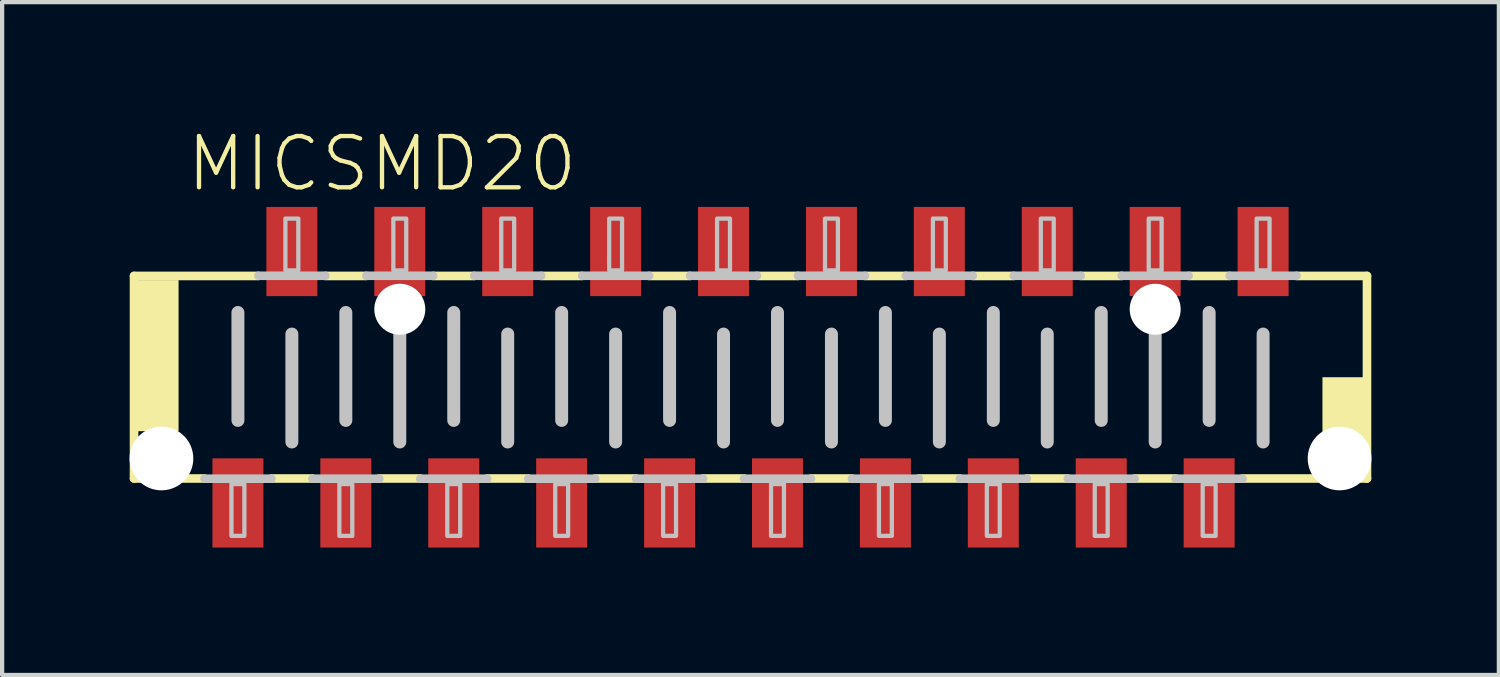
<source format=kicad_pcb>
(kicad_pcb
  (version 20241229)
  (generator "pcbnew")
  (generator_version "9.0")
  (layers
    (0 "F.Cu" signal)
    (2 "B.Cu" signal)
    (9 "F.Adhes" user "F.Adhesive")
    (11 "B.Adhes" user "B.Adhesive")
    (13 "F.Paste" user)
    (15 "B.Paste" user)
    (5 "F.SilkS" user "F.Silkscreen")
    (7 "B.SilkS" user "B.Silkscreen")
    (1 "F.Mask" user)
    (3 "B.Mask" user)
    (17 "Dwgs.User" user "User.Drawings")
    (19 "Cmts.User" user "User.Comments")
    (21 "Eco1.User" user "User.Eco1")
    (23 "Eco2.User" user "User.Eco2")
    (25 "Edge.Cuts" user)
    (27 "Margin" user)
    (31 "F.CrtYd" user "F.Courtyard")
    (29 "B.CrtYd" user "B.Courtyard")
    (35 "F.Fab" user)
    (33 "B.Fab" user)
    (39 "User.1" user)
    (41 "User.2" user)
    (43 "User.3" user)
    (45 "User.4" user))
  (footprint "MICSMD20"
    (layer "F.Cu")
    (at 14.615 5.829)
    (property "Reference" "MICSMD20" (at -13.335 -4.318 0) (layer "F.SilkS") (effects (font (size 1.206 1.206) (thickness 0.102)) (justify left bottom)))
    (attr through_hole)
    (fp_line (start -14.51 -2.384) (end -11.582 -2.384) (stroke (width 0.203) (type solid)) (layer "F.SilkS"))
    (fp_line (start -14.51 2.384) (end -14.51 -2.384) (stroke (width 0.203) (type solid)) (layer "F.SilkS"))
    (fp_line (start -12.852 2.384) (end -14.51 2.384) (stroke (width 0.203) (type solid)) (layer "F.SilkS"))
    (fp_line (start -10.312 2.384) (end -11.278 2.384) (stroke (width 0.203) (type solid)) (layer "F.SilkS"))
    (fp_line (start -10.008 -2.384) (end -9.042 -2.384) (stroke (width 0.203) (type solid)) (layer "F.SilkS"))
    (fp_line (start -7.772 2.384) (end -8.738 2.384) (stroke (width 0.203) (type solid)) (layer "F.SilkS"))
    (fp_line (start -7.468 -2.384) (end -6.502 -2.384) (stroke (width 0.203) (type solid)) (layer "F.SilkS"))
    (fp_line (start -5.232 2.384) (end -6.198 2.384) (stroke (width 0.203) (type solid)) (layer "F.SilkS"))
    (fp_line (start -4.928 -2.384) (end -3.962 -2.384) (stroke (width 0.203) (type solid)) (layer "F.SilkS"))
    (fp_line (start -2.692 2.384) (end -3.658 2.384) (stroke (width 0.203) (type solid)) (layer "F.SilkS"))
    (fp_line (start -2.388 -2.384) (end -1.422 -2.384) (stroke (width 0.203) (type solid)) (layer "F.SilkS"))
    (fp_line (start -0.152 2.384) (end -1.118 2.384) (stroke (width 0.203) (type solid)) (layer "F.SilkS"))
    (fp_line (start 0.152 -2.384) (end 1.118 -2.384) (stroke (width 0.203) (type solid)) (layer "F.SilkS"))
    (fp_line (start 2.388 2.384) (end 1.422 2.384) (stroke (width 0.203) (type solid)) (layer "F.SilkS"))
    (fp_line (start 2.692 -2.384) (end 3.658 -2.384) (stroke (width 0.203) (type solid)) (layer "F.SilkS"))
    (fp_line (start 4.928 2.384) (end 3.962 2.384) (stroke (width 0.203) (type solid)) (layer "F.SilkS"))
    (fp_line (start 5.232 -2.384) (end 6.198 -2.384) (stroke (width 0.203) (type solid)) (layer "F.SilkS"))
    (fp_line (start 7.468 2.384) (end 6.502 2.384) (stroke (width 0.203) (type solid)) (layer "F.SilkS"))
    (fp_line (start 7.772 -2.384) (end 8.738 -2.384) (stroke (width 0.203) (type solid)) (layer "F.SilkS"))
    (fp_line (start 10.008 2.384) (end 9.042 2.384) (stroke (width 0.203) (type solid)) (layer "F.SilkS"))
    (fp_line (start 10.312 -2.384) (end 11.278 -2.384) (stroke (width 0.203) (type solid)) (layer "F.SilkS"))
    (fp_line (start 12.852 -2.384) (end 14.51 -2.384) (stroke (width 0.203) (type solid)) (layer "F.SilkS"))
    (fp_line (start 14.51 -2.384) (end 14.51 2.384) (stroke (width 0.203) (type solid)) (layer "F.SilkS"))
    (fp_line (start 14.51 2.384) (end 11.582 2.384) (stroke (width 0.203) (type solid)) (layer "F.SilkS"))
    (fp_poly (pts (xy -14.478 1.27) (xy -13.462 1.27) (xy -13.462 -2.286) (xy -14.478 -2.286)) (stroke (width 0) (type solid)) (fill yes) (layer "F.SilkS"))
    (fp_poly (pts (xy 13.462 2.286) (xy 14.478 2.286) (xy 14.478 0) (xy 13.462 0)) (stroke (width 0) (type solid)) (fill yes) (layer "F.SilkS"))
    (fp_line (start -12.065 -1.524) (end -12.065 1.016) (stroke (width 0.305) (type solid)) (layer "Dwgs.User"))
    (fp_line (start -11.582 -2.388) (end -10.008 -2.388) (stroke (width 0.203) (type solid)) (layer "Dwgs.User"))
    (fp_line (start -11.278 2.388) (end -12.852 2.388) (stroke (width 0.203) (type solid)) (layer "Dwgs.User"))
    (fp_line (start -10.795 -1.016) (end -10.795 1.524) (stroke (width 0.305) (type solid)) (layer "Dwgs.User"))
    (fp_line (start -9.525 -1.524) (end -9.525 1.016) (stroke (width 0.305) (type solid)) (layer "Dwgs.User"))
    (fp_line (start -9.042 -2.388) (end -7.468 -2.388) (stroke (width 0.203) (type solid)) (layer "Dwgs.User"))
    (fp_line (start -8.738 2.388) (end -10.312 2.388) (stroke (width 0.203) (type solid)) (layer "Dwgs.User"))
    (fp_line (start -8.255 -1.016) (end -8.255 1.524) (stroke (width 0.305) (type solid)) (layer "Dwgs.User"))
    (fp_line (start -6.985 -1.524) (end -6.985 1.016) (stroke (width 0.305) (type solid)) (layer "Dwgs.User"))
    (fp_line (start -6.502 -2.388) (end -4.928 -2.388) (stroke (width 0.203) (type solid)) (layer "Dwgs.User"))
    (fp_line (start -6.198 2.388) (end -7.772 2.388) (stroke (width 0.203) (type solid)) (layer "Dwgs.User"))
    (fp_line (start -5.715 -1.016) (end -5.715 1.524) (stroke (width 0.305) (type solid)) (layer "Dwgs.User"))
    (fp_line (start -4.445 -1.524) (end -4.445 1.016) (stroke (width 0.305) (type solid)) (layer "Dwgs.User"))
    (fp_line (start -3.962 -2.388) (end -2.388 -2.388) (stroke (width 0.203) (type solid)) (layer "Dwgs.User"))
    (fp_line (start -3.658 2.388) (end -5.232 2.388) (stroke (width 0.203) (type solid)) (layer "Dwgs.User"))
    (fp_line (start -3.175 -1.016) (end -3.175 1.524) (stroke (width 0.305) (type solid)) (layer "Dwgs.User"))
    (fp_line (start -1.905 -1.524) (end -1.905 1.016) (stroke (width 0.305) (type solid)) (layer "Dwgs.User"))
    (fp_line (start -1.422 -2.388) (end 0.152 -2.388) (stroke (width 0.203) (type solid)) (layer "Dwgs.User"))
    (fp_line (start -1.118 2.388) (end -2.692 2.388) (stroke (width 0.203) (type solid)) (layer "Dwgs.User"))
    (fp_line (start -0.635 -1.016) (end -0.635 1.524) (stroke (width 0.305) (type solid)) (layer "Dwgs.User"))
    (fp_line (start 0.635 -1.524) (end 0.635 1.016) (stroke (width 0.305) (type solid)) (layer "Dwgs.User"))
    (fp_line (start 1.118 -2.388) (end 2.692 -2.388) (stroke (width 0.203) (type solid)) (layer "Dwgs.User"))
    (fp_line (start 1.422 2.388) (end -0.152 2.388) (stroke (width 0.203) (type solid)) (layer "Dwgs.User"))
    (fp_line (start 1.905 -1.016) (end 1.905 1.524) (stroke (width 0.305) (type solid)) (layer "Dwgs.User"))
    (fp_line (start 3.175 -1.524) (end 3.175 1.016) (stroke (width 0.305) (type solid)) (layer "Dwgs.User"))
    (fp_line (start 3.658 -2.388) (end 5.232 -2.388) (stroke (width 0.203) (type solid)) (layer "Dwgs.User"))
    (fp_line (start 3.962 2.388) (end 2.388 2.388) (stroke (width 0.203) (type solid)) (layer "Dwgs.User"))
    (fp_line (start 4.445 -1.016) (end 4.445 1.524) (stroke (width 0.305) (type solid)) (layer "Dwgs.User"))
    (fp_line (start 5.715 -1.524) (end 5.715 1.016) (stroke (width 0.305) (type solid)) (layer "Dwgs.User"))
    (fp_line (start 6.198 -2.388) (end 7.772 -2.388) (stroke (width 0.203) (type solid)) (layer "Dwgs.User"))
    (fp_line (start 6.502 2.388) (end 4.928 2.388) (stroke (width 0.203) (type solid)) (layer "Dwgs.User"))
    (fp_line (start 6.985 -1.016) (end 6.985 1.524) (stroke (width 0.305) (type solid)) (layer "Dwgs.User"))
    (fp_line (start 8.255 -1.524) (end 8.255 1.016) (stroke (width 0.305) (type solid)) (layer "Dwgs.User"))
    (fp_line (start 8.738 -2.388) (end 10.312 -2.388) (stroke (width 0.203) (type solid)) (layer "Dwgs.User"))
    (fp_line (start 9.042 2.388) (end 7.468 2.388) (stroke (width 0.203) (type solid)) (layer "Dwgs.User"))
    (fp_line (start 9.525 -1.016) (end 9.525 1.524) (stroke (width 0.305) (type solid)) (layer "Dwgs.User"))
    (fp_line (start 10.795 -1.524) (end 10.795 1.016) (stroke (width 0.305) (type solid)) (layer "Dwgs.User"))
    (fp_line (start 11.278 -2.388) (end 12.852 -2.388) (stroke (width 0.203) (type solid)) (layer "Dwgs.User"))
    (fp_line (start 11.582 2.388) (end 10.008 2.388) (stroke (width 0.203) (type solid)) (layer "Dwgs.User"))
    (fp_line (start 12.065 -1.016) (end 12.065 1.524) (stroke (width 0.305) (type solid)) (layer "Dwgs.User"))
    (fp_poly (pts (xy -12.217 3.734) (xy -11.913 3.734) (xy -11.913 2.515) (xy -12.217 2.515)) (stroke (width 0.1) (type solid)) (fill no) (layer "Dwgs.User"))
    (fp_poly (pts (xy -10.947 -2.515) (xy -10.643 -2.515) (xy -10.643 -3.734) (xy -10.947 -3.734)) (stroke (width 0.1) (type solid)) (fill no) (layer "Dwgs.User"))
    (fp_poly (pts (xy -9.677 3.734) (xy -9.373 3.734) (xy -9.373 2.515) (xy -9.677 2.515)) (stroke (width 0.1) (type solid)) (fill no) (layer "Dwgs.User"))
    (fp_poly (pts (xy -8.407 -2.515) (xy -8.103 -2.515) (xy -8.103 -3.734) (xy -8.407 -3.734)) (stroke (width 0.1) (type solid)) (fill no) (layer "Dwgs.User"))
    (fp_poly (pts (xy -7.137 3.734) (xy -6.833 3.734) (xy -6.833 2.515) (xy -7.137 2.515)) (stroke (width 0.1) (type solid)) (fill no) (layer "Dwgs.User"))
    (fp_poly (pts (xy -5.867 -2.515) (xy -5.563 -2.515) (xy -5.563 -3.734) (xy -5.867 -3.734)) (stroke (width 0.1) (type solid)) (fill no) (layer "Dwgs.User"))
    (fp_poly (pts (xy -4.597 3.734) (xy -4.293 3.734) (xy -4.293 2.515) (xy -4.597 2.515)) (stroke (width 0.1) (type solid)) (fill no) (layer "Dwgs.User"))
    (fp_poly (pts (xy -3.327 -2.515) (xy -3.023 -2.515) (xy -3.023 -3.734) (xy -3.327 -3.734)) (stroke (width 0.1) (type solid)) (fill no) (layer "Dwgs.User"))
    (fp_poly (pts (xy -2.057 3.734) (xy -1.753 3.734) (xy -1.753 2.515) (xy -2.057 2.515)) (stroke (width 0.1) (type solid)) (fill no) (layer "Dwgs.User"))
    (fp_poly (pts (xy -0.787 -2.515) (xy -0.483 -2.515) (xy -0.483 -3.734) (xy -0.787 -3.734)) (stroke (width 0.1) (type solid)) (fill no) (layer "Dwgs.User"))
    (fp_poly (pts (xy 0.483 3.734) (xy 0.787 3.734) (xy 0.787 2.515) (xy 0.483 2.515)) (stroke (width 0.1) (type solid)) (fill no) (layer "Dwgs.User"))
    (fp_poly (pts (xy 1.753 -2.515) (xy 2.057 -2.515) (xy 2.057 -3.734) (xy 1.753 -3.734)) (stroke (width 0.1) (type solid)) (fill no) (layer "Dwgs.User"))
    (fp_poly (pts (xy 3.023 3.734) (xy 3.327 3.734) (xy 3.327 2.515) (xy 3.023 2.515)) (stroke (width 0.1) (type solid)) (fill no) (layer "Dwgs.User"))
    (fp_poly (pts (xy 4.293 -2.515) (xy 4.597 -2.515) (xy 4.597 -3.734) (xy 4.293 -3.734)) (stroke (width 0.1) (type solid)) (fill no) (layer "Dwgs.User"))
    (fp_poly (pts (xy 5.563 3.734) (xy 5.867 3.734) (xy 5.867 2.515) (xy 5.563 2.515)) (stroke (width 0.1) (type solid)) (fill no) (layer "Dwgs.User"))
    (fp_poly (pts (xy 6.833 -2.515) (xy 7.137 -2.515) (xy 7.137 -3.734) (xy 6.833 -3.734)) (stroke (width 0.1) (type solid)) (fill no) (layer "Dwgs.User"))
    (fp_poly (pts (xy 8.103 3.734) (xy 8.407 3.734) (xy 8.407 2.515) (xy 8.103 2.515)) (stroke (width 0.1) (type solid)) (fill no) (layer "Dwgs.User"))
    (fp_poly (pts (xy 9.373 -2.515) (xy 9.677 -2.515) (xy 9.677 -3.734) (xy 9.373 -3.734)) (stroke (width 0.1) (type solid)) (fill no) (layer "Dwgs.User"))
    (fp_poly (pts (xy 10.643 3.734) (xy 10.947 3.734) (xy 10.947 2.515) (xy 10.643 2.515)) (stroke (width 0.1) (type solid)) (fill no) (layer "Dwgs.User"))
    (fp_poly (pts (xy 11.913 -2.515) (xy 12.217 -2.515) (xy 12.217 -3.734) (xy 11.913 -3.734)) (stroke (width 0.1) (type solid)) (fill no) (layer "Dwgs.User"))
    (pad "" np_thru_hole circle (at -13.865 1.912) (size 1.5 1.5) (drill 1.5) (layers "*.Cu"))
    (pad "" np_thru_hole circle (at -8.255 -1.6) (size 1.2 1.2) (drill 1.2) (layers "*.Cu"))
    (pad "" np_thru_hole circle (at 9.525 -1.6) (size 1.2 1.2) (drill 1.2) (layers "*.Cu"))
    (pad "" np_thru_hole circle (at 13.865 1.912) (size 1.5 1.5) (drill 1.5) (layers "*.Cu"))
    (pad "1" smd rect (at -12.065 2.959) (size 1.2 2.1) (layers "F.Cu" "F.Mask" "F.Paste"))
    (pad "2" smd rect (at -10.795 -2.959) (size 1.2 2.1) (layers "F.Cu" "F.Mask" "F.Paste"))
    (pad "3" smd rect (at -9.525 2.959) (size 1.2 2.1) (layers "F.Cu" "F.Mask" "F.Paste"))
    (pad "4" smd rect (at -8.255 -2.959) (size 1.2 2.1) (layers "F.Cu" "F.Mask" "F.Paste"))
    (pad "5" smd rect (at -6.985 2.959) (size 1.2 2.1) (layers "F.Cu" "F.Mask" "F.Paste"))
    (pad "6" smd rect (at -5.715 -2.959) (size 1.2 2.1) (layers "F.Cu" "F.Mask" "F.Paste"))
    (pad "7" smd rect (at -4.445 2.959) (size 1.2 2.1) (layers "F.Cu" "F.Mask" "F.Paste"))
    (pad "8" smd rect (at -3.175 -2.959) (size 1.2 2.1) (layers "F.Cu" "F.Mask" "F.Paste"))
    (pad "9" smd rect (at -1.905 2.959) (size 1.2 2.1) (layers "F.Cu" "F.Mask" "F.Paste"))
    (pad "10" smd rect (at -0.635 -2.959) (size 1.2 2.1) (layers "F.Cu" "F.Mask" "F.Paste"))
    (pad "11" smd rect (at 0.635 2.959) (size 1.2 2.1) (layers "F.Cu" "F.Mask" "F.Paste"))
    (pad "12" smd rect (at 1.905 -2.959) (size 1.2 2.1) (layers "F.Cu" "F.Mask" "F.Paste"))
    (pad "13" smd rect (at 3.175 2.959) (size 1.2 2.1) (layers "F.Cu" "F.Mask" "F.Paste"))
    (pad "14" smd rect (at 4.445 -2.959) (size 1.2 2.1) (layers "F.Cu" "F.Mask" "F.Paste"))
    (pad "15" smd rect (at 5.715 2.959) (size 1.2 2.1) (layers "F.Cu" "F.Mask" "F.Paste"))
    (pad "16" smd rect (at 6.985 -2.959) (size 1.2 2.1) (layers "F.Cu" "F.Mask" "F.Paste"))
    (pad "17" smd rect (at 8.255 2.959) (size 1.2 2.1) (layers "F.Cu" "F.Mask" "F.Paste"))
    (pad "18" smd rect (at 9.525 -2.959) (size 1.2 2.1) (layers "F.Cu" "F.Mask" "F.Paste"))
    (pad "19" smd rect (at 10.795 2.959) (size 1.2 2.1) (layers "F.Cu" "F.Mask" "F.Paste"))
    (pad "20" smd rect (at 12.065 -2.959) (size 1.2 2.1) (layers "F.Cu" "F.Mask" "F.Paste")))
  (gr_rect
    (start -3 -3)
    (end 32.23 12.838)
    (stroke (width 0.1) (type default))
    (fill no)
    (layer "Edge.Cuts")))
</source>
